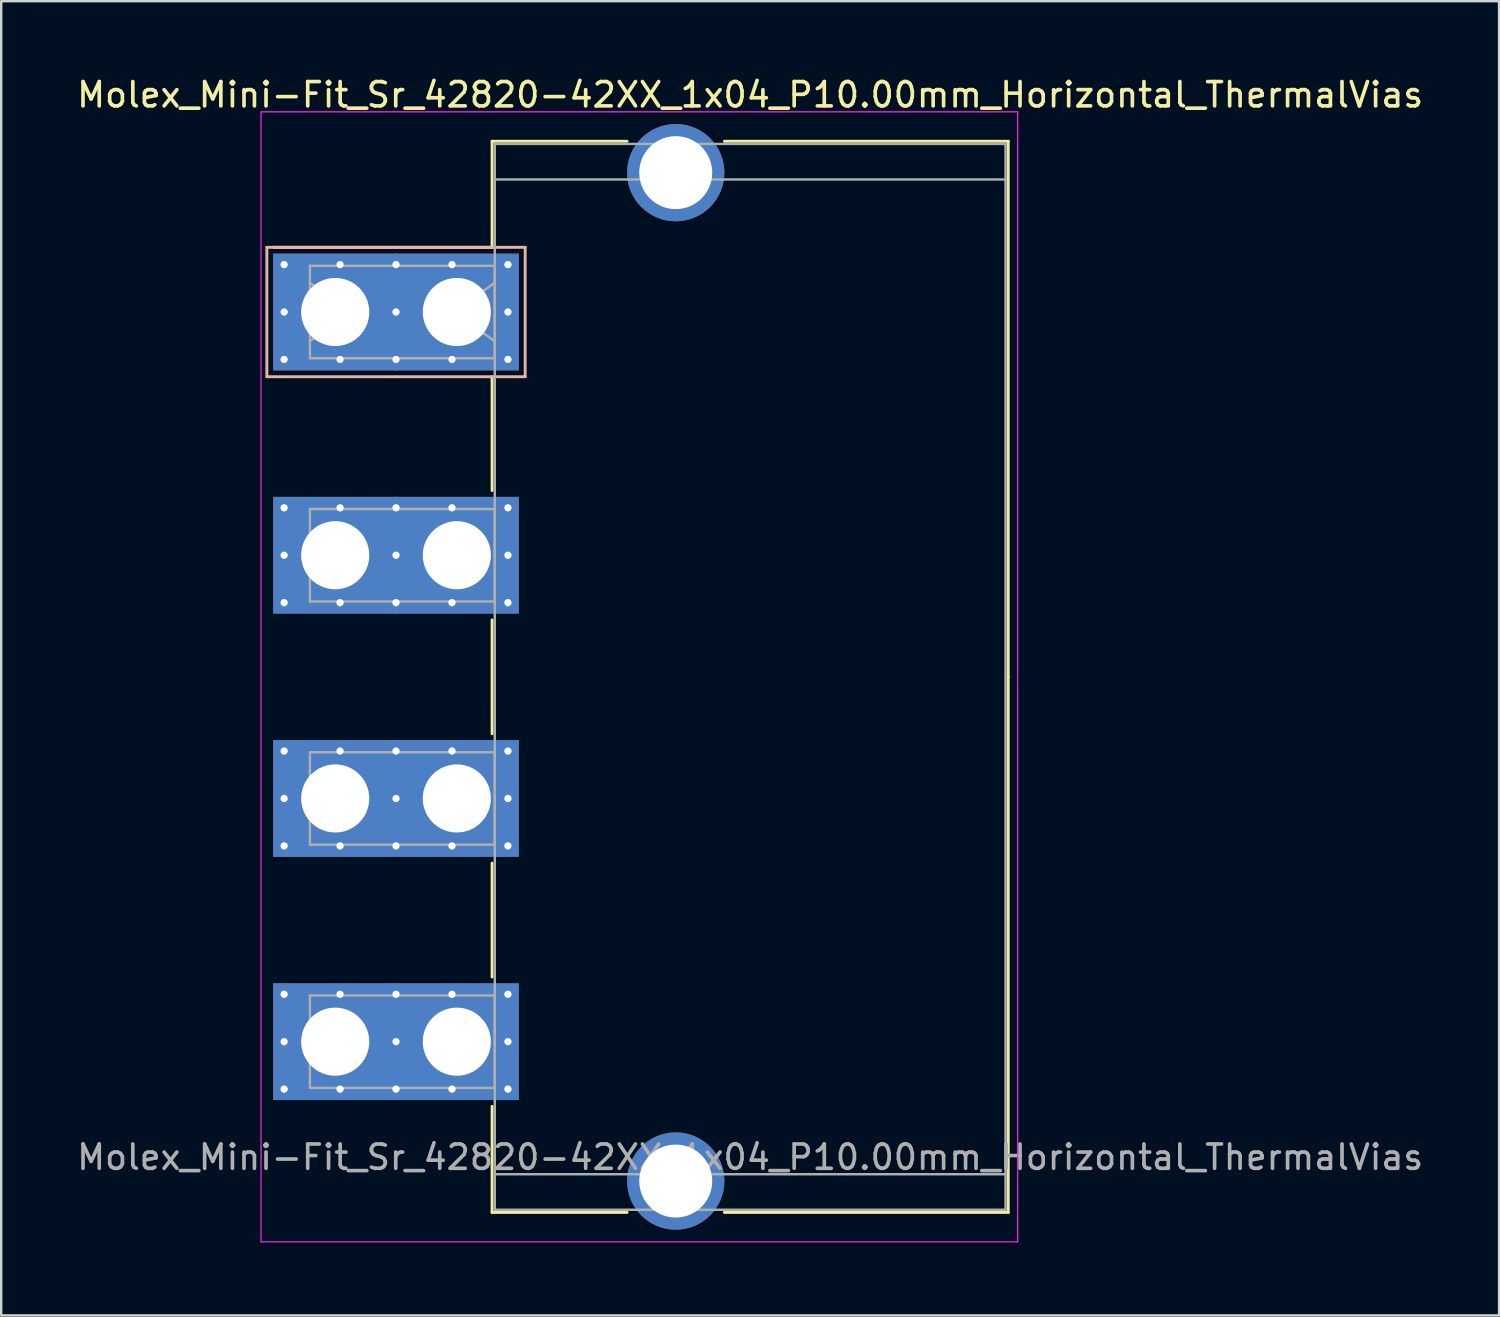
<source format=kicad_pcb>
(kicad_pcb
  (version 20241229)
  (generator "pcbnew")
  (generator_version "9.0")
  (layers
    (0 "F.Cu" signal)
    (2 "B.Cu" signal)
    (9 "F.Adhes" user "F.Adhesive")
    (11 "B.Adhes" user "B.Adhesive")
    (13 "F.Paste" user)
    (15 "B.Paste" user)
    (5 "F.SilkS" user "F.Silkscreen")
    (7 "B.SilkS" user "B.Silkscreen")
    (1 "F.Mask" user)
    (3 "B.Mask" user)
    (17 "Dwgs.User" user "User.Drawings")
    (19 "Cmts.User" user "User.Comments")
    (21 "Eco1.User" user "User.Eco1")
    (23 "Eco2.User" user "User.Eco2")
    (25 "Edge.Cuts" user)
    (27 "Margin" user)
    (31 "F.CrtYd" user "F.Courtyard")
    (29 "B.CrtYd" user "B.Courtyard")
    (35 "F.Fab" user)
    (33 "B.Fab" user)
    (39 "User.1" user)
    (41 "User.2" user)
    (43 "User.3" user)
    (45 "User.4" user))
  (footprint "Molex_Mini-Fit_Sr_42820-42XX_1x04_P10.00mm_Horizontal_ThermalVias"
    (layer "F.Cu")
    (at 10.732 9.778)
    (property "Reference" "Molex_Mini-Fit_Sr_42820-42XX_1x04_P10.00mm_Horizontal_ThermalVias" (at 17.06 -8.93 0) (layer "F.SilkS") (effects (font (size 1 1) (thickness 0.15))))
    (attr through_hole)
    (fp_line (start 6.45 -7.02) (end 12 -7.02) (stroke (width 0.12) (type solid)) (layer "F.SilkS"))
    (fp_line (start 6.45 -2.66) (end -2.55 -2.66) (stroke (width 0.12) (type solid)) (layer "F.SilkS"))
    (fp_line (start 6.45 -2.66) (end 6.45 -7.02) (stroke (width 0.12) (type solid)) (layer "F.SilkS"))
    (fp_line (start 6.45 2.66) (end 6.45 7.34) (stroke (width 0.12) (type solid)) (layer "F.SilkS"))
    (fp_line (start 6.45 12.66) (end 6.45 17.34) (stroke (width 0.12) (type solid)) (layer "F.SilkS"))
    (fp_line (start 6.45 22.66) (end 6.45 27.34) (stroke (width 0.12) (type solid)) (layer "F.SilkS"))
    (fp_line (start 6.45 32.66) (end 6.45 37.02) (stroke (width 0.12) (type solid)) (layer "F.SilkS"))
    (fp_line (start 6.45 37.02) (end 12 37.02) (stroke (width 0.12) (type solid)) (layer "F.SilkS"))
    (fp_line (start 16 -7.02) (end 27.67 -7.02) (stroke (width 0.12) (type solid)) (layer "F.SilkS"))
    (fp_line (start 16 37.02) (end 27.67 37.02) (stroke (width 0.12) (type solid)) (layer "F.SilkS"))
    (fp_line (start 27.67 -7.02) (end 27.67 15) (stroke (width 0.12) (type solid)) (layer "F.SilkS"))
    (fp_line (start 27.67 37.02) (end 27.67 15) (stroke (width 0.12) (type solid)) (layer "F.SilkS"))
    (fp_line (start -2.81 -2.66) (end -2.81 2.66) (stroke (width 0.12) (type solid)) (layer "B.SilkS"))
    (fp_line (start -2.81 2.66) (end 7.81 2.66) (stroke (width 0.12) (type solid)) (layer "B.SilkS"))
    (fp_line (start 7.81 -2.66) (end -2.81 -2.66) (stroke (width 0.12) (type solid)) (layer "B.SilkS"))
    (fp_line (start 7.81 2.66) (end 7.81 -2.66) (stroke (width 0.12) (type solid)) (layer "B.SilkS"))
    (fp_line (start -3.05 -8.23) (end -3.05 38.23) (stroke (width 0.05) (type solid)) (layer "F.CrtYd"))
    (fp_line (start -3.05 38.23) (end 28.06 38.23) (stroke (width 0.05) (type solid)) (layer "F.CrtYd"))
    (fp_line (start 28.06 -8.23) (end -3.05 -8.23) (stroke (width 0.05) (type solid)) (layer "F.CrtYd"))
    (fp_line (start 28.06 38.23) (end 28.06 -8.23) (stroke (width 0.05) (type solid)) (layer "F.CrtYd"))
    (fp_line (start -1.04 -1.9) (end 6.56 -1.9) (stroke (width 0.1) (type solid)) (layer "F.Fab"))
    (fp_line (start -1.04 -1.2) (end 0.657 0) (stroke (width 0.1) (type solid)) (layer "F.Fab"))
    (fp_line (start -1.04 1.9) (end -1.04 -1.9) (stroke (width 0.1) (type solid)) (layer "F.Fab"))
    (fp_line (start -1.04 8.1) (end 6.56 8.1) (stroke (width 0.1) (type solid)) (layer "F.Fab"))
    (fp_line (start -1.04 11.9) (end -1.04 8.1) (stroke (width 0.1) (type solid)) (layer "F.Fab"))
    (fp_line (start -1.04 18.1) (end 6.56 18.1) (stroke (width 0.1) (type solid)) (layer "F.Fab"))
    (fp_line (start -1.04 21.9) (end -1.04 18.1) (stroke (width 0.1) (type solid)) (layer "F.Fab"))
    (fp_line (start -1.04 28.1) (end 6.56 28.1) (stroke (width 0.1) (type solid)) (layer "F.Fab"))
    (fp_line (start -1.04 31.9) (end -1.04 28.1) (stroke (width 0.1) (type solid)) (layer "F.Fab"))
    (fp_line (start 0.657 0) (end -1.04 1.2) (stroke (width 0.1) (type solid)) (layer "F.Fab"))
    (fp_line (start 4.863 0) (end 6.56 1.2) (stroke (width 0.1) (type solid)) (layer "F.Fab"))
    (fp_line (start 6.56 -6.91) (end 6.56 36.91) (stroke (width 0.1) (type solid)) (layer "F.Fab"))
    (fp_line (start 6.56 -5.45) (end 27.56 -5.45) (stroke (width 0.1) (type solid)) (layer "F.Fab"))
    (fp_line (start 6.56 -1.9) (end 6.56 1.9) (stroke (width 0.1) (type solid)) (layer "F.Fab"))
    (fp_line (start 6.56 -1.2) (end 4.863 0) (stroke (width 0.1) (type solid)) (layer "F.Fab"))
    (fp_line (start 6.56 1.9) (end -1.04 1.9) (stroke (width 0.1) (type solid)) (layer "F.Fab"))
    (fp_line (start 6.56 8.1) (end 6.56 11.9) (stroke (width 0.1) (type solid)) (layer "F.Fab"))
    (fp_line (start 6.56 11.9) (end -1.04 11.9) (stroke (width 0.1) (type solid)) (layer "F.Fab"))
    (fp_line (start 6.56 18.1) (end 6.56 21.9) (stroke (width 0.1) (type solid)) (layer "F.Fab"))
    (fp_line (start 6.56 21.9) (end -1.04 21.9) (stroke (width 0.1) (type solid)) (layer "F.Fab"))
    (fp_line (start 6.56 28.1) (end 6.56 31.9) (stroke (width 0.1) (type solid)) (layer "F.Fab"))
    (fp_line (start 6.56 31.9) (end -1.04 31.9) (stroke (width 0.1) (type solid)) (layer "F.Fab"))
    (fp_line (start 6.56 35.45) (end 27.56 35.45) (stroke (width 0.1) (type solid)) (layer "F.Fab"))
    (fp_line (start 6.56 36.91) (end 27.56 36.91) (stroke (width 0.1) (type solid)) (layer "F.Fab"))
    (fp_line (start 27.56 -6.91) (end 6.56 -6.91) (stroke (width 0.1) (type solid)) (layer "F.Fab"))
    (fp_line (start 27.56 36.91) (end 27.56 -6.91) (stroke (width 0.1) (type solid)) (layer "F.Fab"))
    (fp_text user "${REFERENCE}" (at 17.06 34.75 0) (layer "F.Fab") (effects (font (size 1 1) (thickness 0.15))))
    (pad "" thru_hole circle (at 14 -5.73) (size 4 4) (drill 3) (layers "*.Cu" "*.Mask"))
    (pad "" thru_hole circle (at 14 35.73) (size 4 4) (drill 3) (layers "*.Cu" "*.Mask"))
    (pad "1" thru_hole roundrect (at -2.1 -1.95) (size 0.6 0.6) (drill 0.3) (layers "*.Cu" "*.Mask") (roundrect_rratio 0.25))
    (pad "1" thru_hole roundrect (at -2.1 0) (size 0.6 0.6) (drill 0.3) (layers "*.Cu" "*.Mask") (roundrect_rratio 0.25))
    (pad "1" thru_hole roundrect (at -2.1 1.95) (size 0.6 0.6) (drill 0.3) (layers "*.Cu" "*.Mask") (roundrect_rratio 0.25))
    (pad "1" thru_hole rect (at 0 0) (size 5.1 4.8) (drill 2.8) (layers "*.Cu" "*.Mask"))
    (pad "1" thru_hole roundrect (at 0.2 -1.95) (size 0.6 0.6) (drill 0.3) (layers "*.Cu" "*.Mask") (roundrect_rratio 0.25))
    (pad "1" thru_hole roundrect (at 0.2 1.95) (size 0.6 0.6) (drill 0.3) (layers "*.Cu" "*.Mask") (roundrect_rratio 0.25))
    (pad "1" thru_hole roundrect (at 2.5 -1.95) (size 0.6 0.6) (drill 0.3) (layers "*.Cu" "*.Mask") (roundrect_rratio 0.25))
    (pad "1" thru_hole roundrect (at 2.5 0) (size 0.6 0.6) (drill 0.3) (layers "*.Cu" "*.Mask") (roundrect_rratio 0.25))
    (pad "1" thru_hole roundrect (at 2.5 1.95) (size 0.6 0.6) (drill 0.3) (layers "*.Cu" "*.Mask") (roundrect_rratio 0.25))
    (pad "1" thru_hole roundrect (at 4.8 -1.95) (size 0.6 0.6) (drill 0.3) (layers "*.Cu" "*.Mask") (roundrect_rratio 0.25))
    (pad "1" thru_hole roundrect (at 4.8 1.95) (size 0.6 0.6) (drill 0.3) (layers "*.Cu" "*.Mask") (roundrect_rratio 0.25))
    (pad "1" thru_hole rect (at 5 0) (size 5.1 4.8) (drill 2.8) (layers "*.Cu" "*.Mask"))
    (pad "1" thru_hole roundrect (at 7.1 -1.95) (size 0.6 0.6) (drill 0.3) (layers "*.Cu" "*.Mask") (roundrect_rratio 0.25))
    (pad "1" thru_hole roundrect (at 7.1 0) (size 0.6 0.6) (drill 0.3) (layers "*.Cu" "*.Mask") (roundrect_rratio 0.25))
    (pad "1" thru_hole roundrect (at 7.1 1.95) (size 0.6 0.6) (drill 0.3) (layers "*.Cu" "*.Mask") (roundrect_rratio 0.25))
    (pad "2" thru_hole circle (at -2.1 8.05) (size 0.6 0.6) (drill 0.3) (layers "*.Cu" "*.Mask"))
    (pad "2" thru_hole circle (at -2.1 10) (size 0.6 0.6) (drill 0.3) (layers "*.Cu" "*.Mask"))
    (pad "2" thru_hole circle (at -2.1 11.95) (size 0.6 0.6) (drill 0.3) (layers "*.Cu" "*.Mask"))
    (pad "2" thru_hole rect (at 0 10) (size 5.1 4.8) (drill 2.8) (layers "*.Cu" "*.Mask"))
    (pad "2" thru_hole circle (at 0.2 8.05) (size 0.6 0.6) (drill 0.3) (layers "*.Cu" "*.Mask"))
    (pad "2" thru_hole circle (at 0.2 11.95) (size 0.6 0.6) (drill 0.3) (layers "*.Cu" "*.Mask"))
    (pad "2" thru_hole circle (at 2.5 8.05) (size 0.6 0.6) (drill 0.3) (layers "*.Cu" "*.Mask"))
    (pad "2" thru_hole circle (at 2.5 10) (size 0.6 0.6) (drill 0.3) (layers "*.Cu" "*.Mask"))
    (pad "2" thru_hole circle (at 2.5 11.95) (size 0.6 0.6) (drill 0.3) (layers "*.Cu" "*.Mask"))
    (pad "2" thru_hole circle (at 4.8 8.05) (size 0.6 0.6) (drill 0.3) (layers "*.Cu" "*.Mask"))
    (pad "2" thru_hole circle (at 4.8 11.95) (size 0.6 0.6) (drill 0.3) (layers "*.Cu" "*.Mask"))
    (pad "2" thru_hole rect (at 5 10) (size 5.1 4.8) (drill 2.8) (layers "*.Cu" "*.Mask"))
    (pad "2" thru_hole circle (at 7.1 8.05) (size 0.6 0.6) (drill 0.3) (layers "*.Cu" "*.Mask"))
    (pad "2" thru_hole circle (at 7.1 10) (size 0.6 0.6) (drill 0.3) (layers "*.Cu" "*.Mask"))
    (pad "2" thru_hole circle (at 7.1 11.95) (size 0.6 0.6) (drill 0.3) (layers "*.Cu" "*.Mask"))
    (pad "3" thru_hole circle (at -2.1 18.05) (size 0.6 0.6) (drill 0.3) (layers "*.Cu" "*.Mask"))
    (pad "3" thru_hole circle (at -2.1 20) (size 0.6 0.6) (drill 0.3) (layers "*.Cu" "*.Mask"))
    (pad "3" thru_hole circle (at -2.1 21.95) (size 0.6 0.6) (drill 0.3) (layers "*.Cu" "*.Mask"))
    (pad "3" thru_hole rect (at 0 20) (size 5.1 4.8) (drill 2.8) (layers "*.Cu" "*.Mask"))
    (pad "3" thru_hole circle (at 0.2 18.05) (size 0.6 0.6) (drill 0.3) (layers "*.Cu" "*.Mask"))
    (pad "3" thru_hole circle (at 0.2 21.95) (size 0.6 0.6) (drill 0.3) (layers "*.Cu" "*.Mask"))
    (pad "3" thru_hole circle (at 2.5 18.05) (size 0.6 0.6) (drill 0.3) (layers "*.Cu" "*.Mask"))
    (pad "3" thru_hole circle (at 2.5 20) (size 0.6 0.6) (drill 0.3) (layers "*.Cu" "*.Mask"))
    (pad "3" thru_hole circle (at 2.5 21.95) (size 0.6 0.6) (drill 0.3) (layers "*.Cu" "*.Mask"))
    (pad "3" thru_hole circle (at 4.8 18.05) (size 0.6 0.6) (drill 0.3) (layers "*.Cu" "*.Mask"))
    (pad "3" thru_hole circle (at 4.8 21.95) (size 0.6 0.6) (drill 0.3) (layers "*.Cu" "*.Mask"))
    (pad "3" thru_hole rect (at 5 20) (size 5.1 4.8) (drill 2.8) (layers "*.Cu" "*.Mask"))
    (pad "3" thru_hole circle (at 7.1 18.05) (size 0.6 0.6) (drill 0.3) (layers "*.Cu" "*.Mask"))
    (pad "3" thru_hole circle (at 7.1 20) (size 0.6 0.6) (drill 0.3) (layers "*.Cu" "*.Mask"))
    (pad "3" thru_hole circle (at 7.1 21.95) (size 0.6 0.6) (drill 0.3) (layers "*.Cu" "*.Mask"))
    (pad "4" thru_hole circle (at -2.1 28.05) (size 0.6 0.6) (drill 0.3) (layers "*.Cu" "*.Mask"))
    (pad "4" thru_hole circle (at -2.1 30) (size 0.6 0.6) (drill 0.3) (layers "*.Cu" "*.Mask"))
    (pad "4" thru_hole circle (at -2.1 31.95) (size 0.6 0.6) (drill 0.3) (layers "*.Cu" "*.Mask"))
    (pad "4" thru_hole rect (at 0 30) (size 5.1 4.8) (drill 2.8) (layers "*.Cu" "*.Mask"))
    (pad "4" thru_hole circle (at 0.2 28.05) (size 0.6 0.6) (drill 0.3) (layers "*.Cu" "*.Mask"))
    (pad "4" thru_hole circle (at 0.2 31.95) (size 0.6 0.6) (drill 0.3) (layers "*.Cu" "*.Mask"))
    (pad "4" thru_hole circle (at 2.5 28.05) (size 0.6 0.6) (drill 0.3) (layers "*.Cu" "*.Mask"))
    (pad "4" thru_hole circle (at 2.5 30) (size 0.6 0.6) (drill 0.3) (layers "*.Cu" "*.Mask"))
    (pad "4" thru_hole circle (at 2.5 31.95) (size 0.6 0.6) (drill 0.3) (layers "*.Cu" "*.Mask"))
    (pad "4" thru_hole circle (at 4.8 28.05) (size 0.6 0.6) (drill 0.3) (layers "*.Cu" "*.Mask"))
    (pad "4" thru_hole circle (at 4.8 31.95) (size 0.6 0.6) (drill 0.3) (layers "*.Cu" "*.Mask"))
    (pad "4" thru_hole rect (at 5 30) (size 5.1 4.8) (drill 2.8) (layers "*.Cu" "*.Mask"))
    (pad "4" thru_hole circle (at 7.1 28.05) (size 0.6 0.6) (drill 0.3) (layers "*.Cu" "*.Mask"))
    (pad "4" thru_hole circle (at 7.1 30) (size 0.6 0.6) (drill 0.3) (layers "*.Cu" "*.Mask"))
    (pad "4" thru_hole circle (at 7.1 31.95) (size 0.6 0.6) (drill 0.3) (layers "*.Cu" "*.Mask")))
  (gr_rect
    (start -3 -3)
    (end 58.583 51.033)
    (stroke (width 0.1) (type default))
    (fill no)
    (layer "Edge.Cuts")))
</source>
